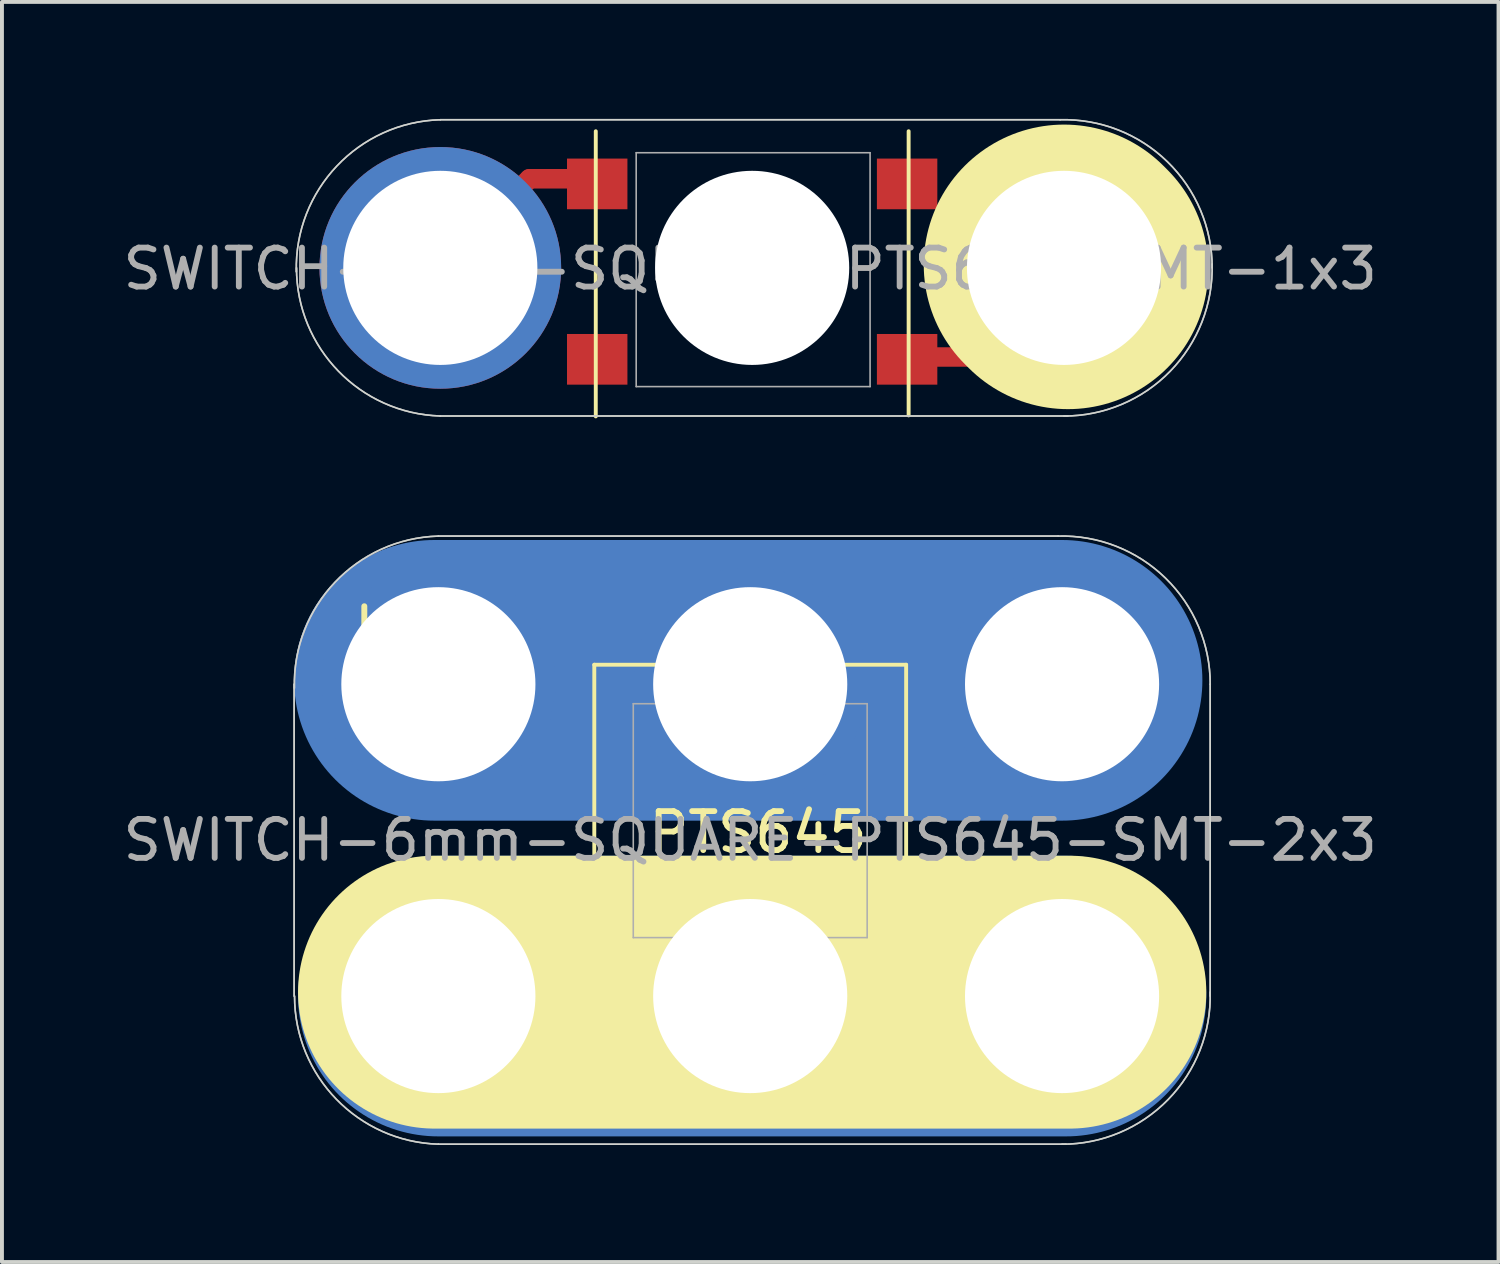
<source format=kicad_pcb>
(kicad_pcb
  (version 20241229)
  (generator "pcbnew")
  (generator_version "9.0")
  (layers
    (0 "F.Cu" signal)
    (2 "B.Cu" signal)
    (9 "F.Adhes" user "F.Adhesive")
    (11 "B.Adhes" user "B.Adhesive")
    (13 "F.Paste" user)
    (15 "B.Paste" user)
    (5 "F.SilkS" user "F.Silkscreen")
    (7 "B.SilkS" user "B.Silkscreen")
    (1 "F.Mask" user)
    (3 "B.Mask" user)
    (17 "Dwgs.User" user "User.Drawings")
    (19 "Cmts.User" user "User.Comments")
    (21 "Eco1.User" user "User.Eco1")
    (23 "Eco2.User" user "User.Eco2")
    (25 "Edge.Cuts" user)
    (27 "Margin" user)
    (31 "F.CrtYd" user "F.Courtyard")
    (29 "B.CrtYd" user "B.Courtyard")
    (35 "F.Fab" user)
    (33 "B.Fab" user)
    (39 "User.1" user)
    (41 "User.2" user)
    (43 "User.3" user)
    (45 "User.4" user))
  (footprint "SWITCH-6mm-SQUARE-PTS645-SMT-2x3"
    (layer "F.Cu")
    (at 8.196 22.503)
    (property "Reference" "SWITCH-6mm-SQUARE-PTS645-SMT-2x3" (at 8 -4 0) (layer "F.Fab") (effects (font (size 1 1) (thickness 0.15))))
    (attr through_hole)
    (fp_line (start 16 -8.1) (end -0.3 -8.1) (stroke (width 5) (type solid)) (layer "F.Cu"))
    (fp_line (start 16.1 0) (end 0 0) (stroke (width 5) (type solid)) (layer "F.Cu"))
    (fp_arc (start -0.046488 -5.258194) (mid -2.004246 -9.922937) (end 2.696234 -8.052608) (stroke (width 0.6) (type solid)) (layer "F.Mask"))
    (fp_arc (start 2.7432 0.0254) (mid -2.008583 1.93204) (end 0.021526 -2.768319) (stroke (width 0.6) (type solid)) (layer "F.Mask"))
    (fp_arc (start 5.2578 -8.001394) (mid 8.024245 -10.744496) (end 10.743806 -7.954906) (stroke (width 0.6) (type solid)) (layer "F.Mask"))
    (fp_arc (start 10.743806 0.046488) (mid 7.977361 2.78959) (end 5.2578 0) (stroke (width 0.6) (type solid)) (layer "F.Mask"))
    (fp_arc (start 13.2588 -8.001394) (mid 17.926035 -9.956704) (end 16.046228 -5.258551) (stroke (width 0.6) (type solid)) (layer "F.Mask"))
    (fp_arc (start 16.002 -2.7432) (mid 17.959758 1.921543) (end 13.259278 0.051214) (stroke (width 0.6) (type solid)) (layer "F.Mask"))
    (fp_line (start 16 -8.1) (end -0.1 -8.1) (stroke (width 7.2) (type solid)) (layer "B.Cu"))
    (fp_line (start 16.1 0) (end 0 0) (stroke (width 7.2) (type solid)) (layer "B.Cu"))
    (fp_line (start 16 -8.1) (end -0.1 -8.1) (stroke (width 7.2) (type solid)) (layer "B.Mask"))
    (fp_line (start 16.1 0) (end 0 0) (stroke (width 7.2) (type solid)) (layer "B.Mask"))
    (fp_line (start -1.9 -10) (end -1.9 -7.75) (stroke (width 0.152) (type solid)) (layer "F.SilkS"))
    (fp_line (start -1.9 -0.25) (end -1.9 2) (stroke (width 0.152) (type solid)) (layer "F.SilkS"))
    (fp_line (start 4 -8.5) (end 12 -8.5) (stroke (width 0.1) (type solid)) (layer "F.SilkS"))
    (fp_line (start 4 -0.5) (end 4 -8.5) (stroke (width 0.1) (type solid)) (layer "F.SilkS"))
    (fp_line (start 10.1 2) (end 10.1 -0.25) (stroke (width 0.152) (type solid)) (layer "F.SilkS"))
    (fp_line (start 12 -8.5) (end 12 -0.5) (stroke (width 0.1) (type solid)) (layer "F.SilkS"))
    (fp_line (start 12 -0.5) (end 4 -0.5) (stroke (width 0.1) (type solid)) (layer "F.SilkS"))
    (fp_line (start 16.2 -0.1) (end -0.1 -0.1) (stroke (width 7) (type solid)) (layer "F.SilkS"))
    (fp_line (start -3.7 -8) (end -3.7 0) (stroke (width 0.041) (type solid)) (layer "Edge.Cuts"))
    (fp_line (start 15.9 -11.8) (end 0 -11.8) (stroke (width 0.041) (type solid)) (layer "Edge.Cuts"))
    (fp_line (start 16.1 3.8) (end 0 3.8) (stroke (width 0.041) (type solid)) (layer "Edge.Cuts"))
    (fp_line (start 19.8 -8) (end 19.8 0) (stroke (width 0.041) (type solid)) (layer "Edge.Cuts"))
    (fp_arc (start -3.693368 -7.90018) (mid -2.653367 -10.614068) (end 0 -11.8) (stroke (width 0.04064) (type solid)) (layer "Edge.Cuts"))
    (fp_arc (start 0 3.8) (mid -2.615594 2.648338) (end -3.689821 0) (stroke (width 0.04064) (type solid)) (layer "Edge.Cuts"))
    (fp_arc (start 15.9 -11.8) (mid 18.652345 -10.723062) (end 19.801316 -8) (stroke (width 0.04064) (type solid)) (layer "Edge.Cuts"))
    (fp_arc (start 19.8 -0.1) (mid 18.723062 2.652345) (end 16 3.801316) (stroke (width 0.04064) (type solid)) (layer "Edge.Cuts"))
    (fp_line (start -3.7 -8) (end -3.7 0) (stroke (width 0.041) (type solid)) (layer "F.Fab"))
    (fp_line (start 5 -7.5) (end 11 -7.5) (stroke (width 0.041) (type solid)) (layer "F.Fab"))
    (fp_line (start 5 -1.5) (end 5 -7.5) (stroke (width 0.041) (type solid)) (layer "F.Fab"))
    (fp_line (start 11 -7.5) (end 11 -1.5) (stroke (width 0.041) (type solid)) (layer "F.Fab"))
    (fp_line (start 11 -1.5) (end 5 -1.5) (stroke (width 0.041) (type solid)) (layer "F.Fab"))
    (fp_line (start 15.9 -11.8) (end 0 -11.8) (stroke (width 0.041) (type solid)) (layer "F.Fab"))
    (fp_line (start 16 3.8) (end 0 3.8) (stroke (width 0.041) (type solid)) (layer "F.Fab"))
    (fp_line (start 19.8 -8) (end 19.8 0) (stroke (width 0.041) (type solid)) (layer "F.Fab"))
    (fp_arc (start -3.693368 -7.90018) (mid -2.653367 -10.614068) (end 0 -11.8) (stroke (width 0.04064) (type solid)) (layer "F.Fab"))
    (fp_arc (start 0 3.8) (mid -2.615594 2.648338) (end -3.689821 0) (stroke (width 0.04064) (type solid)) (layer "F.Fab"))
    (fp_arc (start 15.9 -11.8) (mid 18.652345 -10.723062) (end 19.801316 -8) (stroke (width 0.04064) (type solid)) (layer "F.Fab"))
    (fp_arc (start 19.8 -0.1) (mid 18.723062 2.652345) (end 16 3.801316) (stroke (width 0.04064) (type solid)) (layer "F.Fab"))
    (fp_text user "PTS645" (at 8.2 -4.2 0) (layer "F.SilkS") (effects (font (size 1 1) (thickness 0.15))))
    (pad "1" thru_hole circle (at 0 -8 270) (size 6 6) (drill 4.98) (layers "*.Cu" "B.Mask"))
    (pad "1" smd rect (at 4 -6.7) (size 1.55 1.3) (layers "F.Cu" "F.Mask" "F.Paste"))
    (pad "2" thru_hole circle (at 8 -8 270) (size 6 6) (drill 4.98) (layers "*.Cu" "B.Mask"))
    (pad "2" smd rect (at 11.95 -6.7) (size 1.55 1.3) (layers "F.Cu" "F.Mask" "F.Paste"))
    (pad "2" thru_hole circle (at 16 -8 270) (size 6 6) (drill 4.98) (layers "*.Cu" "B.Mask"))
    (pad "3" thru_hole circle (at 0 0 270) (size 6 6) (drill 4.98) (layers "*.Cu" "B.Mask"))
    (pad "3" smd rect (at 4 -2.2) (size 1.55 1.3) (layers "F.Cu" "F.Mask" "F.Paste"))
    (pad "4" thru_hole circle (at 8 0 270) (size 6 6) (drill 4.98) (layers "*.Cu" "B.Mask"))
    (pad "4" smd rect (at 11.95 -2.2) (size 1.55 1.3) (layers "F.Cu" "F.Mask" "F.Paste"))
    (pad "4" thru_hole circle (at 16 0 270) (size 6 6) (drill 4.98) (layers "*.Cu" "B.Mask")))
  (footprint "SWITCH-6mm-SQUARE-PTS645-SMT-1x3"
    (layer "F.Cu")
    (at 8.246 3.822)
    (property "Reference" "SWITCH-6mm-SQUARE-PTS645-SMT-1x3" (at 7.95 0.025 0) (layer "F.Fab") (effects (font (size 1 1) (thickness 0.15))))
    (attr through_hole)
    (fp_line (start 2.286 -2.286) (end 0 0) (stroke (width 0.5) (type solid)) (layer "F.Cu"))
    (fp_line (start 4.064 -2.286) (end 2.286 -2.286) (stroke (width 0.5) (type solid)) (layer "F.Cu"))
    (fp_line (start 11.938 2.286) (end 13.716 2.286) (stroke (width 0.5) (type solid)) (layer "F.Cu"))
    (fp_line (start 13.716 2.286) (end 16.002 0) (stroke (width 0.5) (type solid)) (layer "F.Cu"))
    (fp_line (start 3.988 3.81) (end 3.988 -3.505) (stroke (width 0.1) (type solid)) (layer "F.SilkS"))
    (fp_line (start 12.014 -3.505) (end 12.014 3.785) (stroke (width 0.1) (type solid)) (layer "F.SilkS"))
    (fp_line (start 16.102 0.024) (end 16.002 -0.076) (stroke (width 7.2) (type solid)) (layer "F.SilkS"))
    (fp_line (start 15.9 -3.8) (end 0 -3.8) (stroke (width 0.041) (type solid)) (layer "Edge.Cuts"))
    (fp_line (start 16.1 3.8) (end 0 3.8) (stroke (width 0.041) (type solid)) (layer "Edge.Cuts"))
    (fp_arc (start -3.693368 0.09982) (mid -2.653367 -2.614068) (end 0 -3.8) (stroke (width 0.04064) (type solid)) (layer "Edge.Cuts"))
    (fp_arc (start 0 3.8) (mid -2.615594 2.648338) (end -3.689821 0) (stroke (width 0.04064) (type solid)) (layer "Edge.Cuts"))
    (fp_arc (start 15.9 -3.8) (mid 18.652345 -2.723062) (end 19.801316 0) (stroke (width 0.04064) (type solid)) (layer "Edge.Cuts"))
    (fp_arc (start 19.8 -0.1) (mid 18.723062 2.652345) (end 16 3.801316) (stroke (width 0.04064) (type solid)) (layer "Edge.Cuts"))
    (fp_line (start 5.025 -2.954) (end 11.025 -2.954) (stroke (width 0.041) (type solid)) (layer "F.Fab"))
    (fp_line (start 5.025 3.046) (end 5.025 -2.954) (stroke (width 0.041) (type solid)) (layer "F.Fab"))
    (fp_line (start 11.025 -2.954) (end 11.025 3.046) (stroke (width 0.041) (type solid)) (layer "F.Fab"))
    (fp_line (start 11.025 3.046) (end 5.025 3.046) (stroke (width 0.041) (type solid)) (layer "F.Fab"))
    (fp_line (start 15.9 -3.8) (end 0 -3.8) (stroke (width 0.041) (type solid)) (layer "F.Fab"))
    (fp_line (start 16 3.8) (end 0 3.8) (stroke (width 0.041) (type solid)) (layer "F.Fab"))
    (fp_arc (start -3.693368 0.09982) (mid -2.653367 -2.614068) (end 0 -3.8) (stroke (width 0.04064) (type solid)) (layer "F.Fab"))
    (fp_arc (start 0 3.8) (mid -2.615594 2.648338) (end -3.689821 0) (stroke (width 0.04064) (type solid)) (layer "F.Fab"))
    (fp_arc (start 15.9 -3.8) (mid 18.652345 -2.723062) (end 19.801316 0) (stroke (width 0.04064) (type solid)) (layer "F.Fab"))
    (fp_arc (start 19.8 -0.1) (mid 18.723062 2.652345) (end 16 3.801316) (stroke (width 0.04064) (type solid)) (layer "F.Fab"))
    (pad "" np_thru_hole circle (at 8 0 270) (size 4.98 4.98) (drill 4.98) (layers "*.Cu"))
    (pad "1" thru_hole circle (at 0 0 270) (size 6.2 6.2) (drill 4.98) (layers "*.Cu" "*.Mask"))
    (pad "1" smd rect (at 4.025 -2.154) (size 1.55 1.3) (layers "F.Cu" "F.Mask" "F.Paste"))
    (pad "2" smd rect (at 11.975 -2.154) (size 1.55 1.3) (layers "F.Cu" "F.Mask" "F.Paste"))
    (pad "2" thru_hole circle (at 16 0 270) (size 6.2 6.2) (drill 4.98) (layers "*.Cu" "*.Mask"))
    (pad "3" smd rect (at 4.025 2.346) (size 1.55 1.3) (layers "F.Cu" "F.Mask" "F.Paste"))
    (pad "4" smd rect (at 11.975 2.346) (size 1.55 1.3) (layers "F.Cu" "F.Mask" "F.Paste")))
  (gr_rect
    (start -3 -3)
    (end 35.393 29.325)
    (stroke (width 0.1) (type default))
    (fill no)
    (layer "Edge.Cuts")))
</source>
